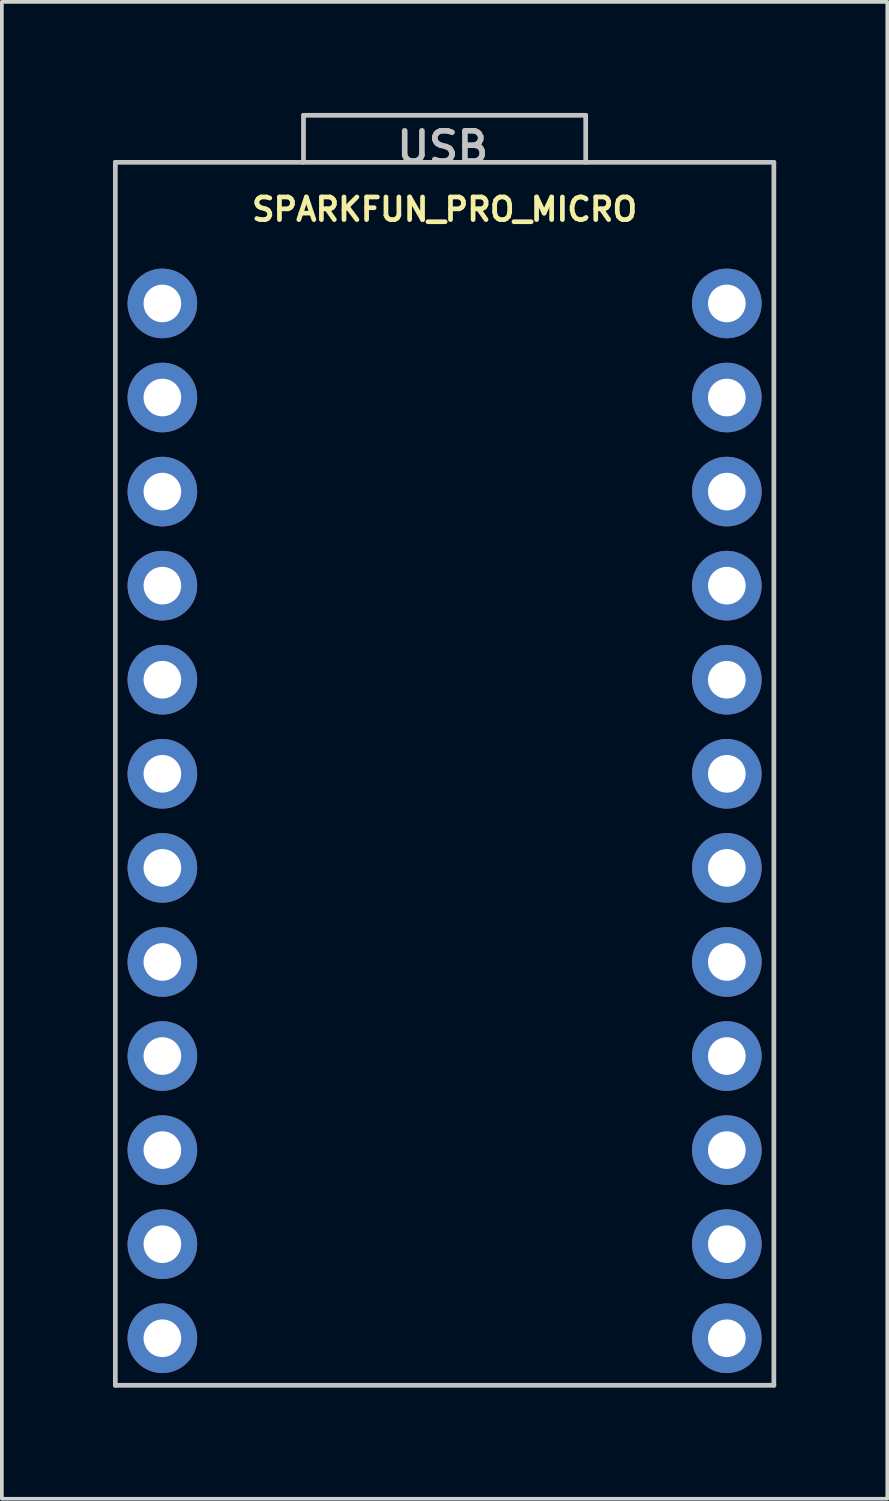
<source format=kicad_pcb>
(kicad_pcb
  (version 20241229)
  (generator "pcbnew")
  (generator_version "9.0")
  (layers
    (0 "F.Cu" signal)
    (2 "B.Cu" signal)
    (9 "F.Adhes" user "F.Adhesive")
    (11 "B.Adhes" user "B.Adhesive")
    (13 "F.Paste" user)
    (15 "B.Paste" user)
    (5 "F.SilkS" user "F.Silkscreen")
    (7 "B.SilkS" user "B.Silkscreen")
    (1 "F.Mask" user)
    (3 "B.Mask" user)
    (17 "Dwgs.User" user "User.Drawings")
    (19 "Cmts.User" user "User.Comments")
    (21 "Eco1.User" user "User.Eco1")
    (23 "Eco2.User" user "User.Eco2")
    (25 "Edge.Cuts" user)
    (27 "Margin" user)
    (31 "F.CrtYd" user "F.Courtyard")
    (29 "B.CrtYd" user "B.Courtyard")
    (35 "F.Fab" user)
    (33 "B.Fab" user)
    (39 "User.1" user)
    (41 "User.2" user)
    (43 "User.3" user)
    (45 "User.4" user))
  (footprint "SPARKFUN_PRO_MICRO"
    (layer "F.Cu")
    (at 8.954 17.843)
    (property "Reference" "SPARKFUN_PRO_MICRO" (at 0 -15.24 0) (layer "F.SilkS") (effects (font (size 0.61 0.61) (thickness 0.127))))
    (attr exclude_from_pos_files exclude_from_bom)
    (fp_line (start -8.89 -16.51) (end -8.89 16.51) (stroke (width 0.127) (type solid)) (layer "Dwgs.User"))
    (fp_line (start -8.89 16.51) (end 8.89 16.51) (stroke (width 0.127) (type solid)) (layer "Dwgs.User"))
    (fp_line (start -3.81 -17.78) (end 3.81 -17.78) (stroke (width 0.127) (type solid)) (layer "Dwgs.User"))
    (fp_line (start -3.81 -16.51) (end -3.81 -17.78) (stroke (width 0.127) (type solid)) (layer "Dwgs.User"))
    (fp_line (start 3.81 -17.78) (end 3.81 -16.51) (stroke (width 0.127) (type solid)) (layer "Dwgs.User"))
    (fp_line (start 8.89 -16.51) (end -8.89 -16.51) (stroke (width 0.127) (type solid)) (layer "Dwgs.User"))
    (fp_line (start 8.89 16.51) (end 8.89 -16.51) (stroke (width 0.127) (type solid)) (layer "Dwgs.User"))
    (fp_text user "USB" (at -0.051 -16.916 0) (layer "Dwgs.User") (effects (font (size 0.813 0.813) (thickness 0.152))))
    (pad "1" thru_hole circle (at -7.62 -12.7) (size 1.88 1.88) (drill 1.016) (layers "*.Cu" "*.Mask"))
    (pad "2" thru_hole circle (at -7.62 -10.16) (size 1.88 1.88) (drill 1.016) (layers "*.Cu" "*.Mask"))
    (pad "3" thru_hole circle (at -7.62 -7.62) (size 1.88 1.88) (drill 1.016) (layers "*.Cu" "*.Mask"))
    (pad "4" thru_hole circle (at -7.62 -5.08) (size 1.88 1.88) (drill 1.016) (layers "*.Cu" "*.Mask"))
    (pad "5" thru_hole circle (at -7.62 -2.54) (size 1.88 1.88) (drill 1.016) (layers "*.Cu" "*.Mask"))
    (pad "6" thru_hole circle (at -7.62 0) (size 1.88 1.88) (drill 1.016) (layers "*.Cu" "*.Mask"))
    (pad "7" thru_hole circle (at -7.62 2.54) (size 1.88 1.88) (drill 1.016) (layers "*.Cu" "*.Mask"))
    (pad "8" thru_hole circle (at -7.62 5.08) (size 1.88 1.88) (drill 1.016) (layers "*.Cu" "*.Mask"))
    (pad "9" thru_hole circle (at -7.62 7.62) (size 1.88 1.88) (drill 1.016) (layers "*.Cu" "*.Mask"))
    (pad "10" thru_hole circle (at -7.62 10.16) (size 1.88 1.88) (drill 1.016) (layers "*.Cu" "*.Mask"))
    (pad "11" thru_hole circle (at -7.62 12.7) (size 1.88 1.88) (drill 1.016) (layers "*.Cu" "*.Mask"))
    (pad "12" thru_hole circle (at -7.62 15.24) (size 1.88 1.88) (drill 1.016) (layers "*.Cu" "*.Mask"))
    (pad "13" thru_hole circle (at 7.62 15.24) (size 1.88 1.88) (drill 1.016) (layers "*.Cu" "*.Mask"))
    (pad "14" thru_hole circle (at 7.62 12.7) (size 1.88 1.88) (drill 1.016) (layers "*.Cu" "*.Mask"))
    (pad "15" thru_hole circle (at 7.62 10.16) (size 1.88 1.88) (drill 1.016) (layers "*.Cu" "*.Mask"))
    (pad "16" thru_hole circle (at 7.62 7.62) (size 1.88 1.88) (drill 1.016) (layers "*.Cu" "*.Mask"))
    (pad "17" thru_hole circle (at 7.62 5.08) (size 1.88 1.88) (drill 1.016) (layers "*.Cu" "*.Mask"))
    (pad "18" thru_hole circle (at 7.62 2.54) (size 1.88 1.88) (drill 1.016) (layers "*.Cu" "*.Mask"))
    (pad "19" thru_hole circle (at 7.62 0) (size 1.88 1.88) (drill 1.016) (layers "*.Cu" "*.Mask"))
    (pad "20" thru_hole circle (at 7.62 -2.54) (size 1.88 1.88) (drill 1.016) (layers "*.Cu" "*.Mask"))
    (pad "21" thru_hole circle (at 7.62 -5.08) (size 1.88 1.88) (drill 1.016) (layers "*.Cu" "*.Mask"))
    (pad "22" thru_hole circle (at 7.62 -7.62) (size 1.88 1.88) (drill 1.016) (layers "*.Cu" "*.Mask"))
    (pad "23" thru_hole circle (at 7.62 -10.16) (size 1.88 1.88) (drill 1.016) (layers "*.Cu" "*.Mask"))
    (pad "24" thru_hole circle (at 7.62 -12.7) (size 1.88 1.88) (drill 1.016) (layers "*.Cu" "*.Mask")))
  (gr_rect
    (start -3 -3)
    (end 20.907 37.417)
    (stroke (width 0.1) (type default))
    (fill no)
    (layer "Edge.Cuts")))
</source>
